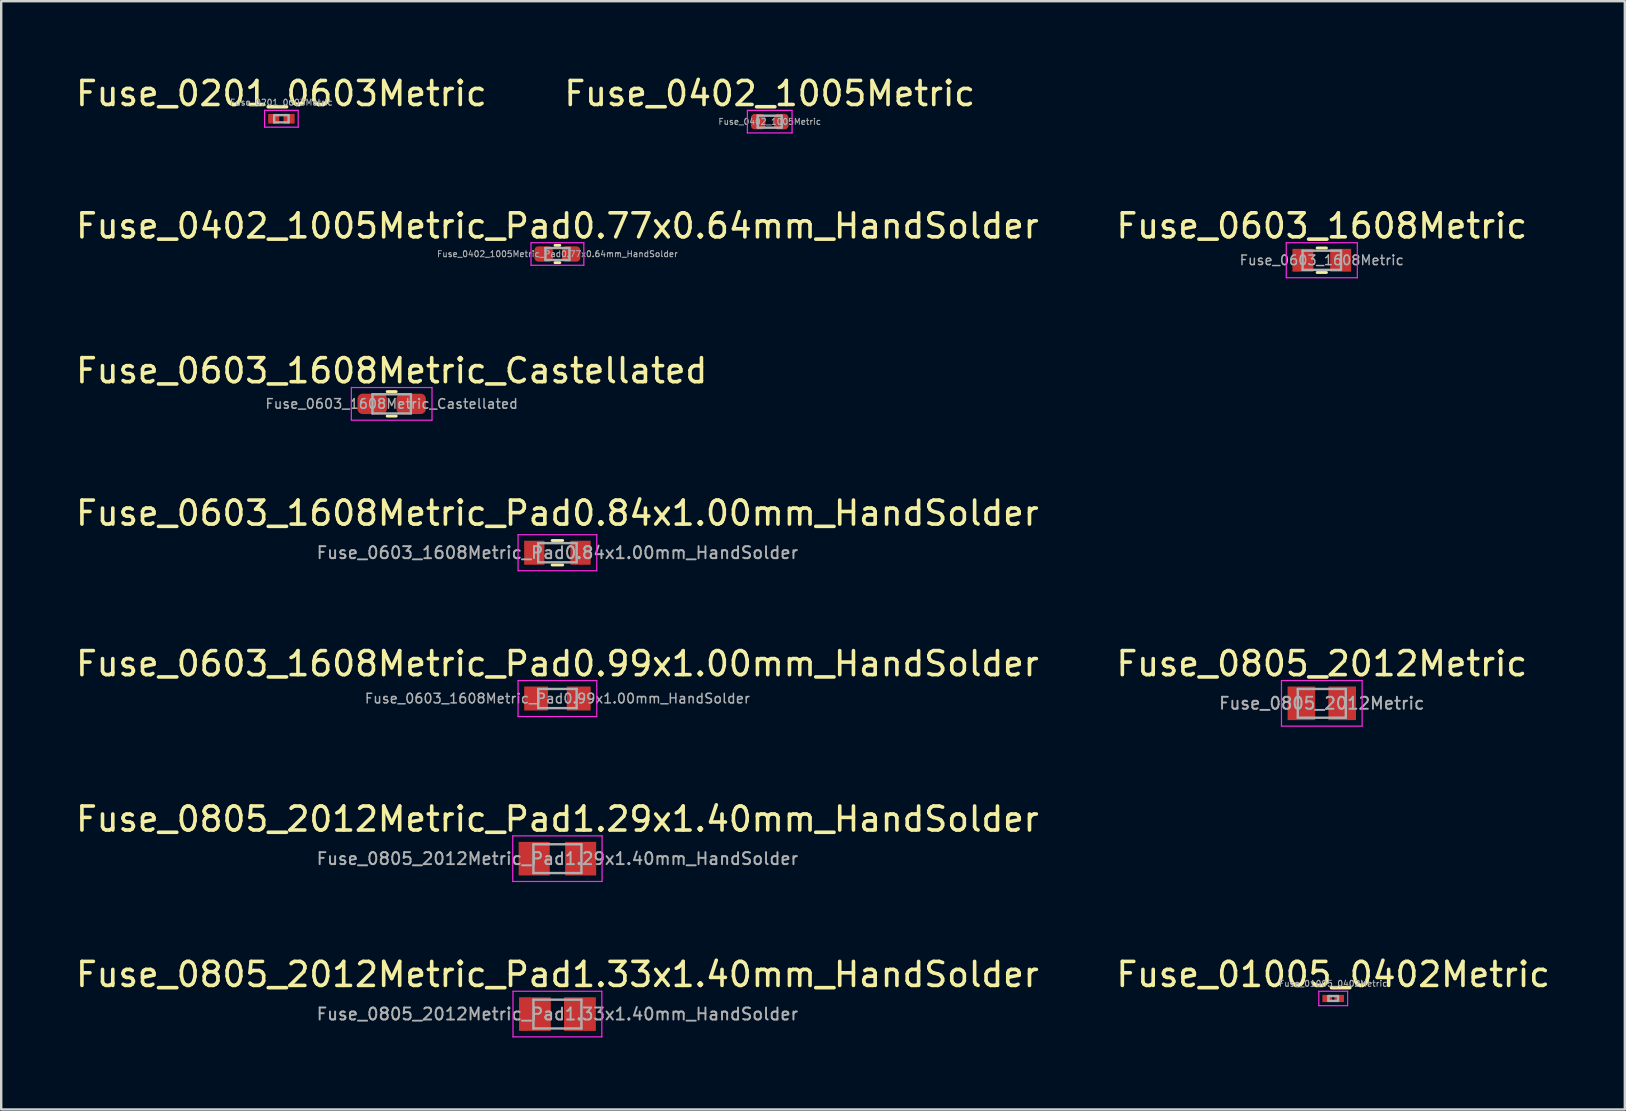
<source format=kicad_pcb>
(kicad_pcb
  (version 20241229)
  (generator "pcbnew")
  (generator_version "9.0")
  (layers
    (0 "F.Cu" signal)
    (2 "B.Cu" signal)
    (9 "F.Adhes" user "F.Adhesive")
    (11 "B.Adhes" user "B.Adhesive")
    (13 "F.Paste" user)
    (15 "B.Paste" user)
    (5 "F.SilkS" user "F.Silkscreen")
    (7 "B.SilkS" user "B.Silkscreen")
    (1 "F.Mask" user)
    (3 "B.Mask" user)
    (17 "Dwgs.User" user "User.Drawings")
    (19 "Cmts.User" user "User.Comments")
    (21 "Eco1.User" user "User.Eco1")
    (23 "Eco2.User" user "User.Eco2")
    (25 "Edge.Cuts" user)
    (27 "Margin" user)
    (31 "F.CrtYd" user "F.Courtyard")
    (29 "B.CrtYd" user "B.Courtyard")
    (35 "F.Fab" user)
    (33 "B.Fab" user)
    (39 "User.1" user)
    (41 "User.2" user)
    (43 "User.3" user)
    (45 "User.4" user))
  (footprint "Fuse_0805_2012Metric"
    (layer "F.Cu")
    (at 52.018 26.251)
    (property "Reference" "Fuse_0805_2012Metric" (at 0 -1.65 0) (layer "F.SilkS") (effects (font (size 1 1) (thickness 0.15))))
    (attr smd)
    (fp_line (start -1.68 -0.95) (end 1.68 -0.95) (stroke (width 0.05) (type solid)) (layer "F.CrtYd"))
    (fp_line (start -1.68 0.95) (end -1.68 -0.95) (stroke (width 0.05) (type solid)) (layer "F.CrtYd"))
    (fp_line (start 1.68 -0.95) (end 1.68 0.95) (stroke (width 0.05) (type solid)) (layer "F.CrtYd"))
    (fp_line (start 1.68 0.95) (end -1.68 0.95) (stroke (width 0.05) (type solid)) (layer "F.CrtYd"))
    (fp_line (start -1 -0.6) (end 1 -0.6) (stroke (width 0.1) (type solid)) (layer "F.Fab"))
    (fp_line (start -1 0.6) (end -1 -0.6) (stroke (width 0.1) (type solid)) (layer "F.Fab"))
    (fp_line (start 1 -0.6) (end 1 0.6) (stroke (width 0.1) (type solid)) (layer "F.Fab"))
    (fp_line (start 1 0.6) (end -1 0.6) (stroke (width 0.1) (type solid)) (layer "F.Fab"))
    (fp_text user "${REFERENCE}" (at 0 0 0) (layer "F.Fab") (effects (font (size 0.5 0.5) (thickness 0.08))))
    (pad "1" smd rect (at -0.85 0) (size 1.15 1.4) (layers "F.Cu" "F.Mask" "F.Paste"))
    (pad "2" smd rect (at 0.85 0) (size 1.15 1.4) (layers "F.Cu" "F.Mask" "F.Paste")))
  (footprint "Fuse_0805_2012Metric_Pad1.33x1.40mm_HandSolder"
    (layer "F.Cu")
    (at 20.173 39.198)
    (property "Reference" "Fuse_0805_2012Metric_Pad1.33x1.40mm_HandSolder" (at 0 -1.65 0) (layer "F.SilkS") (effects (font (size 1 1) (thickness 0.15))))
    (attr smd)
    (fp_line (start -1.85 -0.95) (end 1.85 -0.95) (stroke (width 0.05) (type solid)) (layer "F.CrtYd"))
    (fp_line (start -1.85 0.95) (end -1.85 -0.95) (stroke (width 0.05) (type solid)) (layer "F.CrtYd"))
    (fp_line (start 1.85 -0.95) (end 1.85 0.95) (stroke (width 0.05) (type solid)) (layer "F.CrtYd"))
    (fp_line (start 1.85 0.95) (end -1.85 0.95) (stroke (width 0.05) (type solid)) (layer "F.CrtYd"))
    (fp_line (start -1 -0.6) (end 1 -0.6) (stroke (width 0.1) (type solid)) (layer "F.Fab"))
    (fp_line (start -1 0.6) (end -1 -0.6) (stroke (width 0.1) (type solid)) (layer "F.Fab"))
    (fp_line (start 1 -0.6) (end 1 0.6) (stroke (width 0.1) (type solid)) (layer "F.Fab"))
    (fp_line (start 1 0.6) (end -1 0.6) (stroke (width 0.1) (type solid)) (layer "F.Fab"))
    (fp_text user "${REFERENCE}" (at 0 0 0) (layer "F.Fab") (effects (font (size 0.5 0.5) (thickness 0.08))))
    (pad "1" smd rect (at -0.938 0) (size 1.325 1.4) (layers "F.Cu" "F.Mask" "F.Paste"))
    (pad "2" smd rect (at 0.938 0) (size 1.325 1.4) (layers "F.Cu" "F.Mask" "F.Paste")))
  (footprint "Fuse_01005_0402Metric"
    (layer "F.Cu")
    (at 52.494 38.548)
    (property "Reference" "Fuse_01005_0402Metric" (at 0 -1 0) (layer "F.SilkS") (effects (font (size 1 1) (thickness 0.15))))
    (attr smd)
    (fp_line (start -0.6 -0.3) (end 0.6 -0.3) (stroke (width 0.05) (type solid)) (layer "F.CrtYd"))
    (fp_line (start -0.6 0.3) (end -0.6 -0.3) (stroke (width 0.05) (type solid)) (layer "F.CrtYd"))
    (fp_line (start 0.6 -0.3) (end 0.6 0.3) (stroke (width 0.05) (type solid)) (layer "F.CrtYd"))
    (fp_line (start 0.6 0.3) (end -0.6 0.3) (stroke (width 0.05) (type solid)) (layer "F.CrtYd"))
    (fp_line (start -0.2 -0.1) (end 0.2 -0.1) (stroke (width 0.1) (type solid)) (layer "F.Fab"))
    (fp_line (start -0.2 0.1) (end -0.2 -0.1) (stroke (width 0.1) (type solid)) (layer "F.Fab"))
    (fp_line (start 0.2 -0.1) (end 0.2 0.1) (stroke (width 0.1) (type solid)) (layer "F.Fab"))
    (fp_line (start 0.2 0.1) (end -0.2 0.1) (stroke (width 0.1) (type solid)) (layer "F.Fab"))
    (fp_text user "${REFERENCE}" (at 0 -0.62 0) (layer "F.Fab") (effects (font (size 0.25 0.25) (thickness 0.04))))
    (pad "" smd rect (at -0.275 0) (size 0.27 0.27) (layers "F.Paste"))
    (pad "" smd rect (at 0.275 0) (size 0.27 0.27) (layers "F.Paste"))
    (pad "1" smd rect (at -0.25 0) (size 0.4 0.3) (layers "F.Cu" "F.Mask"))
    (pad "2" smd rect (at 0.25 0) (size 0.4 0.3) (layers "F.Cu" "F.Mask")))
  (footprint "Fuse_0603_1608Metric_Castellated"
    (layer "F.Cu")
    (at 13.268 13.775)
    (property "Reference" "Fuse_0603_1608Metric_Castellated" (at 0 -1.38 0) (layer "F.SilkS") (effects (font (size 1 1) (thickness 0.15))))
    (attr smd)
    (fp_line (start -0.188 -0.51) (end 0.188 -0.51) (stroke (width 0.12) (type solid)) (layer "F.SilkS"))
    (fp_line (start -0.188 0.51) (end 0.188 0.51) (stroke (width 0.12) (type solid)) (layer "F.SilkS"))
    (fp_line (start -1.68 -0.68) (end 1.68 -0.68) (stroke (width 0.05) (type solid)) (layer "F.CrtYd"))
    (fp_line (start -1.68 0.68) (end -1.68 -0.68) (stroke (width 0.05) (type solid)) (layer "F.CrtYd"))
    (fp_line (start 1.68 -0.68) (end 1.68 0.68) (stroke (width 0.05) (type solid)) (layer "F.CrtYd"))
    (fp_line (start 1.68 0.68) (end -1.68 0.68) (stroke (width 0.05) (type solid)) (layer "F.CrtYd"))
    (fp_line (start -0.8 -0.4) (end 0.8 -0.4) (stroke (width 0.1) (type solid)) (layer "F.Fab"))
    (fp_line (start -0.8 0.4) (end -0.8 -0.4) (stroke (width 0.1) (type solid)) (layer "F.Fab"))
    (fp_line (start 0.8 -0.4) (end 0.8 0.4) (stroke (width 0.1) (type solid)) (layer "F.Fab"))
    (fp_line (start 0.8 0.4) (end -0.8 0.4) (stroke (width 0.1) (type solid)) (layer "F.Fab"))
    (fp_text user "${REFERENCE}" (at 0 0 0) (layer "F.Fab") (effects (font (size 0.4 0.4) (thickness 0.06))))
    (pad "1" smd roundrect (at -0.812 0) (size 1.225 0.85) (layers "F.Cu" "F.Mask" "F.Paste") (roundrect_rratio 0.25))
    (pad "2" smd roundrect (at 0.812 0) (size 1.225 0.85) (layers "F.Cu" "F.Mask" "F.Paste") (roundrect_rratio 0.25)))
  (footprint "Fuse_0805_2012Metric_Pad1.29x1.40mm_HandSolder"
    (layer "F.Cu")
    (at 20.173 32.724)
    (property "Reference" "Fuse_0805_2012Metric_Pad1.29x1.40mm_HandSolder" (at 0 -1.65 0) (layer "F.SilkS") (effects (font (size 1 1) (thickness 0.15))))
    (attr smd)
    (fp_line (start -1.86 -0.95) (end 1.86 -0.95) (stroke (width 0.05) (type solid)) (layer "F.CrtYd"))
    (fp_line (start -1.86 0.95) (end -1.86 -0.95) (stroke (width 0.05) (type solid)) (layer "F.CrtYd"))
    (fp_line (start 1.86 -0.95) (end 1.86 0.95) (stroke (width 0.05) (type solid)) (layer "F.CrtYd"))
    (fp_line (start 1.86 0.95) (end -1.86 0.95) (stroke (width 0.05) (type solid)) (layer "F.CrtYd"))
    (fp_line (start -1 -0.6) (end 1 -0.6) (stroke (width 0.1) (type solid)) (layer "F.Fab"))
    (fp_line (start -1 0.6) (end -1 -0.6) (stroke (width 0.1) (type solid)) (layer "F.Fab"))
    (fp_line (start 1 -0.6) (end 1 0.6) (stroke (width 0.1) (type solid)) (layer "F.Fab"))
    (fp_line (start 1 0.6) (end -1 0.6) (stroke (width 0.1) (type solid)) (layer "F.Fab"))
    (fp_text user "${REFERENCE}" (at 0 0 0) (layer "F.Fab") (effects (font (size 0.5 0.5) (thickness 0.08))))
    (pad "1" smd rect (at -0.968 0) (size 1.295 1.4) (layers "F.Cu" "F.Mask" "F.Paste"))
    (pad "2" smd rect (at 0.968 0) (size 1.295 1.4) (layers "F.Cu" "F.Mask" "F.Paste")))
  (footprint "Fuse_0603_1608Metric"
    (layer "F.Cu")
    (at 52.018 7.792)
    (property "Reference" "Fuse_0603_1608Metric" (at 0 -1.43 0) (layer "F.SilkS") (effects (font (size 1 1) (thickness 0.15))))
    (attr smd)
    (fp_line (start -0.194 -0.51) (end 0.194 -0.51) (stroke (width 0.12) (type solid)) (layer "F.SilkS"))
    (fp_line (start -0.194 0.51) (end 0.194 0.51) (stroke (width 0.12) (type solid)) (layer "F.SilkS"))
    (fp_line (start -1.48 -0.73) (end 1.48 -0.73) (stroke (width 0.05) (type solid)) (layer "F.CrtYd"))
    (fp_line (start -1.48 0.73) (end -1.48 -0.73) (stroke (width 0.05) (type solid)) (layer "F.CrtYd"))
    (fp_line (start 1.48 -0.73) (end 1.48 0.73) (stroke (width 0.05) (type solid)) (layer "F.CrtYd"))
    (fp_line (start 1.48 0.73) (end -1.48 0.73) (stroke (width 0.05) (type solid)) (layer "F.CrtYd"))
    (fp_line (start -0.8 -0.4) (end 0.8 -0.4) (stroke (width 0.1) (type solid)) (layer "F.Fab"))
    (fp_line (start -0.8 0.4) (end -0.8 -0.4) (stroke (width 0.1) (type solid)) (layer "F.Fab"))
    (fp_line (start 0.8 -0.4) (end 0.8 0.4) (stroke (width 0.1) (type solid)) (layer "F.Fab"))
    (fp_line (start 0.8 0.4) (end -0.8 0.4) (stroke (width 0.1) (type solid)) (layer "F.Fab"))
    (fp_text user "${REFERENCE}" (at 0 0 0) (layer "F.Fab") (effects (font (size 0.4 0.4) (thickness 0.06))))
    (pad "1" smd rect (at -0.787 0) (size 0.875 0.95) (layers "F.Cu" "F.Mask" "F.Paste"))
    (pad "2" smd rect (at 0.787 0) (size 0.875 0.95) (layers "F.Cu" "F.Mask" "F.Paste")))
  (footprint "Fuse_0603_1608Metric_Pad0.99x1.00mm_HandSolder"
    (layer "F.Cu")
    (at 20.173 26.051)
    (property "Reference" "Fuse_0603_1608Metric_Pad0.99x1.00mm_HandSolder" (at 0 -1.45 0) (layer "F.SilkS") (effects (font (size 1 1) (thickness 0.15))))
    (attr smd)
    (fp_line (start -1.64 -0.75) (end 1.64 -0.75) (stroke (width 0.05) (type solid)) (layer "F.CrtYd"))
    (fp_line (start -1.64 0.75) (end -1.64 -0.75) (stroke (width 0.05) (type solid)) (layer "F.CrtYd"))
    (fp_line (start 1.64 -0.75) (end 1.64 0.75) (stroke (width 0.05) (type solid)) (layer "F.CrtYd"))
    (fp_line (start 1.64 0.75) (end -1.64 0.75) (stroke (width 0.05) (type solid)) (layer "F.CrtYd"))
    (fp_line (start -0.8 -0.4) (end 0.8 -0.4) (stroke (width 0.1) (type solid)) (layer "F.Fab"))
    (fp_line (start -0.8 0.4) (end -0.8 -0.4) (stroke (width 0.1) (type solid)) (layer "F.Fab"))
    (fp_line (start 0.8 -0.4) (end 0.8 0.4) (stroke (width 0.1) (type solid)) (layer "F.Fab"))
    (fp_line (start 0.8 0.4) (end -0.8 0.4) (stroke (width 0.1) (type solid)) (layer "F.Fab"))
    (fp_text user "${REFERENCE}" (at 0 0 0) (layer "F.Fab") (effects (font (size 0.4 0.4) (thickness 0.06))))
    (pad "1" smd rect (at -0.887 0) (size 0.995 1) (layers "F.Cu" "F.Mask" "F.Paste"))
    (pad "2" smd rect (at 0.887 0) (size 0.995 1) (layers "F.Cu" "F.Mask" "F.Paste")))
  (footprint "Fuse_0603_1608Metric_Pad0.84x1.00mm_HandSolder"
    (layer "F.Cu")
    (at 20.173 19.978)
    (property "Reference" "Fuse_0603_1608Metric_Pad0.84x1.00mm_HandSolder" (at 0 -1.65 0) (layer "F.SilkS") (effects (font (size 1 1) (thickness 0.15))))
    (attr smd)
    (fp_line (start -0.22 -0.51) (end 0.22 -0.51) (stroke (width 0.12) (type solid)) (layer "F.SilkS"))
    (fp_line (start -0.22 0.51) (end 0.22 0.51) (stroke (width 0.12) (type solid)) (layer "F.SilkS"))
    (fp_line (start -1.64 -0.75) (end 1.64 -0.75) (stroke (width 0.05) (type solid)) (layer "F.CrtYd"))
    (fp_line (start -1.64 0.75) (end -1.64 -0.75) (stroke (width 0.05) (type solid)) (layer "F.CrtYd"))
    (fp_line (start 1.64 -0.75) (end 1.64 0.75) (stroke (width 0.05) (type solid)) (layer "F.CrtYd"))
    (fp_line (start 1.64 0.75) (end -1.64 0.75) (stroke (width 0.05) (type solid)) (layer "F.CrtYd"))
    (fp_line (start -0.8 -0.4) (end 0.8 -0.4) (stroke (width 0.1) (type solid)) (layer "F.Fab"))
    (fp_line (start -0.8 0.4) (end -0.8 -0.4) (stroke (width 0.1) (type solid)) (layer "F.Fab"))
    (fp_line (start 0.8 -0.4) (end 0.8 0.4) (stroke (width 0.1) (type solid)) (layer "F.Fab"))
    (fp_line (start 0.8 0.4) (end -0.8 0.4) (stroke (width 0.1) (type solid)) (layer "F.Fab"))
    (fp_text user "${REFERENCE}" (at 0 0 0) (layer "F.Fab") (effects (font (size 0.5 0.5) (thickness 0.08))))
    (pad "1" smd rect (at -0.963 0) (size 0.845 1) (layers "F.Cu" "F.Mask" "F.Paste"))
    (pad "2" smd rect (at 0.963 0) (size 0.845 1) (layers "F.Cu" "F.Mask" "F.Paste")))
  (footprint "Fuse_0201_0603Metric"
    (layer "F.Cu")
    (at 8.673 1.898)
    (property "Reference" "Fuse_0201_0603Metric" (at 0 -1.05 0) (layer "F.SilkS") (effects (font (size 1 1) (thickness 0.15))))
    (attr smd)
    (fp_line (start -0.7 -0.35) (end 0.7 -0.35) (stroke (width 0.05) (type solid)) (layer "F.CrtYd"))
    (fp_line (start -0.7 0.35) (end -0.7 -0.35) (stroke (width 0.05) (type solid)) (layer "F.CrtYd"))
    (fp_line (start 0.7 -0.35) (end 0.7 0.35) (stroke (width 0.05) (type solid)) (layer "F.CrtYd"))
    (fp_line (start 0.7 0.35) (end -0.7 0.35) (stroke (width 0.05) (type solid)) (layer "F.CrtYd"))
    (fp_line (start -0.3 -0.15) (end 0.3 -0.15) (stroke (width 0.1) (type solid)) (layer "F.Fab"))
    (fp_line (start -0.3 0.15) (end -0.3 -0.15) (stroke (width 0.1) (type solid)) (layer "F.Fab"))
    (fp_line (start 0.3 -0.15) (end 0.3 0.15) (stroke (width 0.1) (type solid)) (layer "F.Fab"))
    (fp_line (start 0.3 0.15) (end -0.3 0.15) (stroke (width 0.1) (type solid)) (layer "F.Fab"))
    (fp_text user "${REFERENCE}" (at 0 -0.68 0) (layer "F.Fab") (effects (font (size 0.25 0.25) (thickness 0.04))))
    (pad "" smd rect (at -0.345 0) (size 0.318 0.36) (layers "F.Paste"))
    (pad "" smd rect (at 0.345 0) (size 0.318 0.36) (layers "F.Paste"))
    (pad "1" smd rect (at -0.32 0) (size 0.46 0.4) (layers "F.Cu" "F.Mask"))
    (pad "2" smd rect (at 0.32 0) (size 0.46 0.4) (layers "F.Cu" "F.Mask")))
  (footprint "Fuse_0402_1005Metric"
    (layer "F.Cu")
    (at 29.018 2.018)
    (property "Reference" "Fuse_0402_1005Metric" (at 0 -1.17 0) (layer "F.SilkS") (effects (font (size 1 1) (thickness 0.15))))
    (attr smd)
    (fp_line (start -0.93 -0.47) (end 0.93 -0.47) (stroke (width 0.05) (type solid)) (layer "F.CrtYd"))
    (fp_line (start -0.93 0.47) (end -0.93 -0.47) (stroke (width 0.05) (type solid)) (layer "F.CrtYd"))
    (fp_line (start 0.93 -0.47) (end 0.93 0.47) (stroke (width 0.05) (type solid)) (layer "F.CrtYd"))
    (fp_line (start 0.93 0.47) (end -0.93 0.47) (stroke (width 0.05) (type solid)) (layer "F.CrtYd"))
    (fp_line (start -0.5 -0.25) (end 0.5 -0.25) (stroke (width 0.1) (type solid)) (layer "F.Fab"))
    (fp_line (start -0.5 0.25) (end -0.5 -0.25) (stroke (width 0.1) (type solid)) (layer "F.Fab"))
    (fp_line (start 0.5 -0.25) (end 0.5 0.25) (stroke (width 0.1) (type solid)) (layer "F.Fab"))
    (fp_line (start 0.5 0.25) (end -0.5 0.25) (stroke (width 0.1) (type solid)) (layer "F.Fab"))
    (fp_text user "${REFERENCE}" (at 0 0 0) (layer "F.Fab") (effects (font (size 0.25 0.25) (thickness 0.04))))
    (pad "1" smd roundrect (at -0.48 0) (size 0.6 0.64) (layers "F.Cu" "F.Mask" "F.Paste") (roundrect_rratio 0.25))
    (pad "2" smd roundrect (at 0.48 0) (size 0.6 0.64) (layers "F.Cu" "F.Mask" "F.Paste") (roundrect_rratio 0.25)))
  (footprint "Fuse_0402_1005Metric_Pad0.77x0.64mm_HandSolder"
    (layer "F.Cu")
    (at 20.173 7.532)
    (property "Reference" "Fuse_0402_1005Metric_Pad0.77x0.64mm_HandSolder" (at 0 -1.17 0) (layer "F.SilkS") (effects (font (size 1 1) (thickness 0.15))))
    (attr smd)
    (fp_line (start -0.1 -0.36) (end 0.1 -0.36) (stroke (width 0.12) (type solid)) (layer "F.SilkS"))
    (fp_line (start -0.1 0.36) (end 0.1 0.36) (stroke (width 0.12) (type solid)) (layer "F.SilkS"))
    (fp_line (start -1.1 -0.47) (end 1.1 -0.47) (stroke (width 0.05) (type solid)) (layer "F.CrtYd"))
    (fp_line (start -1.1 0.47) (end -1.1 -0.47) (stroke (width 0.05) (type solid)) (layer "F.CrtYd"))
    (fp_line (start 1.1 -0.47) (end 1.1 0.47) (stroke (width 0.05) (type solid)) (layer "F.CrtYd"))
    (fp_line (start 1.1 0.47) (end -1.1 0.47) (stroke (width 0.05) (type solid)) (layer "F.CrtYd"))
    (fp_line (start -0.5 -0.25) (end 0.5 -0.25) (stroke (width 0.1) (type solid)) (layer "F.Fab"))
    (fp_line (start -0.5 0.25) (end -0.5 -0.25) (stroke (width 0.1) (type solid)) (layer "F.Fab"))
    (fp_line (start 0.5 -0.25) (end 0.5 0.25) (stroke (width 0.1) (type solid)) (layer "F.Fab"))
    (fp_line (start 0.5 0.25) (end -0.5 0.25) (stroke (width 0.1) (type solid)) (layer "F.Fab"))
    (fp_text user "${REFERENCE}" (at 0 0 0) (layer "F.Fab") (effects (font (size 0.25 0.25) (thickness 0.04))))
    (pad "1" smd roundrect (at -0.573 0) (size 0.765 0.64) (layers "F.Cu" "F.Mask" "F.Paste") (roundrect_rratio 0.25))
    (pad "2" smd roundrect (at 0.573 0) (size 0.765 0.64) (layers "F.Cu" "F.Mask" "F.Paste") (roundrect_rratio 0.25)))
  (gr_rect
    (start -3 -3)
    (end 64.643 43.173)
    (stroke (width 0.1) (type default))
    (fill no)
    (layer "Edge.Cuts")))
</source>
